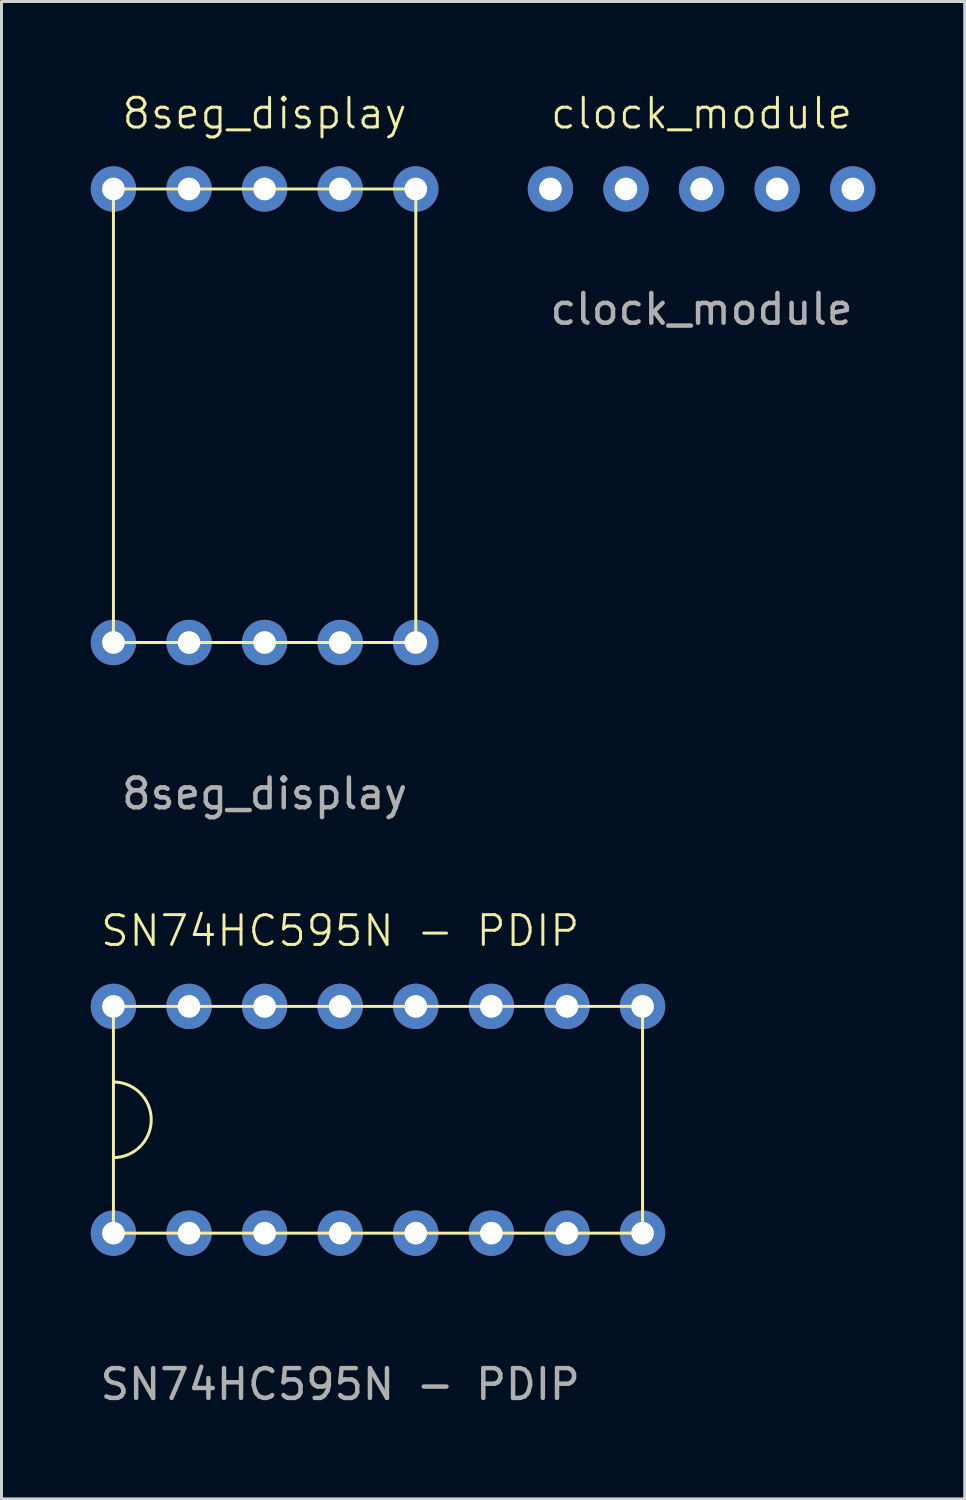
<source format=kicad_pcb>
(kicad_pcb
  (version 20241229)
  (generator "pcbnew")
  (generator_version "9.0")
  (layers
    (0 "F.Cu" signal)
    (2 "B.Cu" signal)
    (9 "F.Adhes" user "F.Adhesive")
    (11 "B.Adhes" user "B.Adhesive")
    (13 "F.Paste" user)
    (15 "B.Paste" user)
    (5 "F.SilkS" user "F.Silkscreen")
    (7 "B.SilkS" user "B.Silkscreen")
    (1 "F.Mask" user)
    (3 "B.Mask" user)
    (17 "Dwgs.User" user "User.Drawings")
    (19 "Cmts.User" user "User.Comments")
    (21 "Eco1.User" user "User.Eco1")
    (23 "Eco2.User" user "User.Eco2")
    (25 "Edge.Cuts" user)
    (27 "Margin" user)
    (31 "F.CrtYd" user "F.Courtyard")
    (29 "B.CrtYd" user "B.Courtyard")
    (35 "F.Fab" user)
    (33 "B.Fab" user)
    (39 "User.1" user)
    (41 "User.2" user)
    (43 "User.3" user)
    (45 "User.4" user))
  (footprint "SN74HC595N - PDIP"
    (layer "F.Cu")
    (at 8.382 35.849)
    (property "Reference" "SN74HC595N - PDIP" (at 0 -7.62 0) (unlocked yes) (layer "F.SilkS") (effects (font (size 1 1) (thickness 0.1))))
    (attr through_hole)
    (fp_rect (start -7.62 -5.08) (end 10.16 2.54) (stroke (width 0.1) (type default)) (fill no) (layer "F.SilkS"))
    (fp_arc (start -7.62 -2.54) (mid -6.35 -1.27) (end -7.62 0) (stroke (width 0.1) (type default)) (layer "F.SilkS"))
    (fp_text user "${REFERENCE}" (at 0 7.62 0) (unlocked yes) (layer "F.Fab") (effects (font (size 1 1) (thickness 0.15))))
    (pad "1" thru_hole circle (at -7.62 2.54) (size 1.524 1.524) (drill 0.762) (layers "*.Cu" "*.Mask"))
    (pad "2" thru_hole circle (at -5.08 2.54) (size 1.524 1.524) (drill 0.762) (layers "*.Cu" "*.Mask"))
    (pad "3" thru_hole circle (at -2.54 2.54) (size 1.524 1.524) (drill 0.762) (layers "*.Cu" "*.Mask"))
    (pad "4" thru_hole circle (at 0 2.54) (size 1.524 1.524) (drill 0.762) (layers "*.Cu" "*.Mask"))
    (pad "5" thru_hole circle (at 2.54 2.54) (size 1.524 1.524) (drill 0.762) (layers "*.Cu" "*.Mask"))
    (pad "6" thru_hole circle (at 5.08 2.54) (size 1.524 1.524) (drill 0.762) (layers "*.Cu" "*.Mask"))
    (pad "7" thru_hole circle (at 7.62 2.54) (size 1.524 1.524) (drill 0.762) (layers "*.Cu" "*.Mask"))
    (pad "8" thru_hole circle (at 10.16 2.54) (size 1.524 1.524) (drill 0.762) (layers "*.Cu" "*.Mask"))
    (pad "9" thru_hole circle (at 10.16 -5.08) (size 1.524 1.524) (drill 0.762) (layers "*.Cu" "*.Mask"))
    (pad "10" thru_hole circle (at 7.62 -5.08) (size 1.524 1.524) (drill 0.762) (layers "*.Cu" "*.Mask"))
    (pad "11" thru_hole circle (at 5.08 -5.08) (size 1.524 1.524) (drill 0.762) (layers "*.Cu" "*.Mask"))
    (pad "12" thru_hole circle (at 2.54 -5.08) (size 1.524 1.524) (drill 0.762) (layers "*.Cu" "*.Mask"))
    (pad "13" thru_hole circle (at 0 -5.08) (size 1.524 1.524) (drill 0.762) (layers "*.Cu" "*.Mask"))
    (pad "14" thru_hole circle (at -2.54 -5.08) (size 1.524 1.524) (drill 0.762) (layers "*.Cu" "*.Mask"))
    (pad "15" thru_hole circle (at -5.08 -5.08) (size 1.524 1.524) (drill 0.762) (layers "*.Cu" "*.Mask"))
    (pad "16" thru_hole circle (at -7.62 -5.08) (size 1.524 1.524) (drill 0.762) (layers "*.Cu" "*.Mask")))
  (footprint "8seg_display"
    (layer "F.Cu")
    (at 5.842 10.921)
    (property "Reference" "8seg_display" (at 0 -10.16 0) (unlocked yes) (layer "F.SilkS") (effects (font (size 1 1) (thickness 0.1))))
    (attr through_hole)
    (fp_rect (start -5.08 -7.62) (end 5.08 7.62) (stroke (width 0.1) (type default)) (fill no) (layer "F.SilkS"))
    (fp_text user "${REFERENCE}" (at 0 12.7 0) (unlocked yes) (layer "F.Fab") (effects (font (size 1 1) (thickness 0.15))))
    (pad "1" thru_hole circle (at -5.08 -7.62) (size 1.524 1.524) (drill 0.762) (layers "*.Cu" "*.Mask"))
    (pad "2" thru_hole circle (at -2.54 -7.62) (size 1.524 1.524) (drill 0.762) (layers "*.Cu" "*.Mask"))
    (pad "3" thru_hole circle (at 0 -7.62) (size 1.524 1.524) (drill 0.762) (layers "*.Cu" "*.Mask"))
    (pad "4" thru_hole circle (at 2.54 -7.62) (size 1.524 1.524) (drill 0.762) (layers "*.Cu" "*.Mask"))
    (pad "5" thru_hole circle (at 5.08 -7.62) (size 1.524 1.524) (drill 0.762) (layers "*.Cu" "*.Mask"))
    (pad "6" thru_hole circle (at -5.08 7.62) (size 1.524 1.524) (drill 0.762) (layers "*.Cu" "*.Mask"))
    (pad "7" thru_hole circle (at -2.54 7.62) (size 1.524 1.524) (drill 0.762) (layers "*.Cu" "*.Mask"))
    (pad "8" thru_hole circle (at 0 7.62) (size 1.524 1.524) (drill 0.762) (layers "*.Cu" "*.Mask"))
    (pad "9" thru_hole circle (at 2.54 7.62) (size 1.524 1.524) (drill 0.762) (layers "*.Cu" "*.Mask"))
    (pad "10" thru_hole circle (at 5.08 7.62) (size 1.524 1.524) (drill 0.762) (layers "*.Cu" "*.Mask")))
  (footprint "clock_module"
    (layer "F.Cu")
    (at 20.526 3.3)
    (property "Reference" "clock_module" (at 0 -2.54 0) (unlocked yes) (layer "F.SilkS") (effects (font (size 1 1) (thickness 0.1))))
    (attr through_hole)
    (fp_text user "${REFERENCE}" (at 0 4.04 0) (unlocked yes) (layer "F.Fab") (effects (font (size 1 1) (thickness 0.15))))
    (pad "1" thru_hole circle (at -5.08 0) (size 1.524 1.524) (drill 0.762) (layers "*.Cu" "*.Mask"))
    (pad "2" thru_hole circle (at -2.54 0) (size 1.524 1.524) (drill 0.762) (layers "*.Cu" "*.Mask"))
    (pad "3" thru_hole circle (at 0 0) (size 1.524 1.524) (drill 0.762) (layers "*.Cu" "*.Mask"))
    (pad "4" thru_hole circle (at 2.54 0) (size 1.524 1.524) (drill 0.762) (layers "*.Cu" "*.Mask"))
    (pad "5" thru_hole circle (at 5.08 0) (size 1.524 1.524) (drill 0.762) (layers "*.Cu" "*.Mask")))
  (gr_rect
    (start -3 -3)
    (end 29.368 47.318)
    (stroke (width 0.1) (type default))
    (fill no)
    (layer "Edge.Cuts")))
</source>
